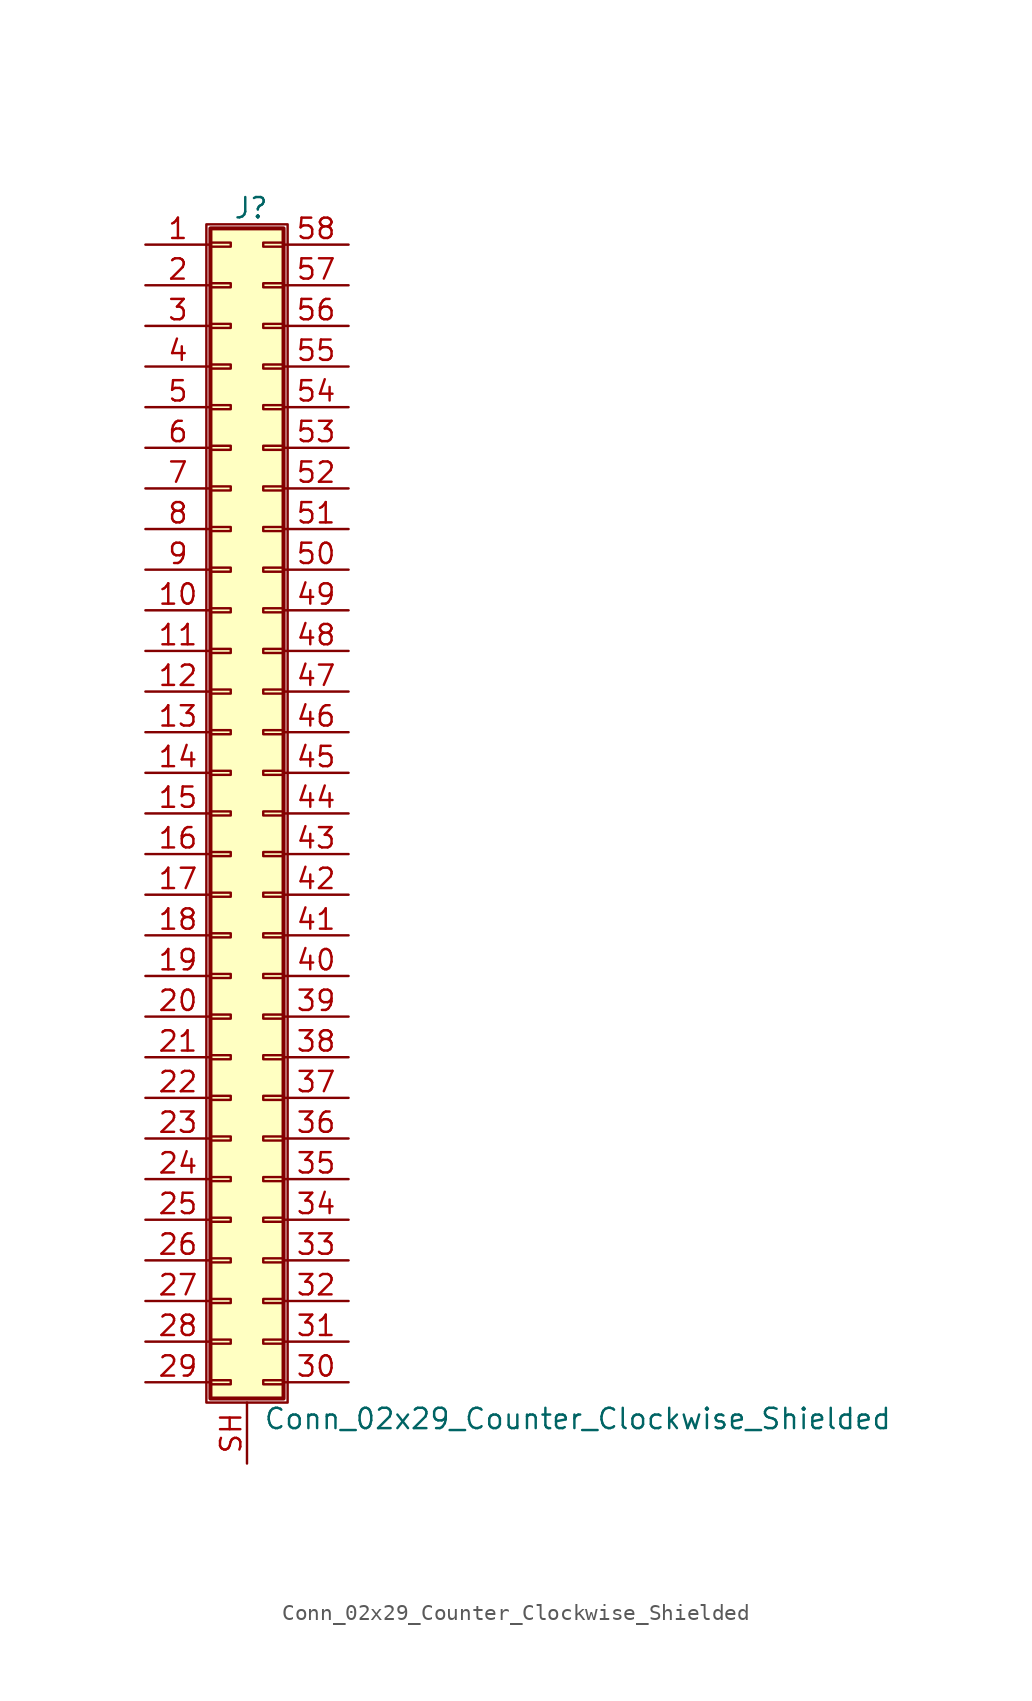
<source format=kicad_sym>
(kicad_symbol_lib
  (version 20211014)
  (generator kicad_symbol_editor)
  (symbol "Conn_02x29_Counter_Clockwise_Shielded"
    (pin_names
      (offset 1.016) hide)
    (property "Reference" "J"
      (at 1.524 37.846 0)
      (effects (font (size 1.27 1.27))))
    (property "Value" "Conn_02x29_Counter_Clockwise_Shielded"
      (at 2.286 -37.846 0)
      (effects (font (size 1.27 1.27)) (justify left)))
    (symbol "Conn_02x29_Counter_Clockwise_Shielded_1_1"
      (rectangle (start -1.27 36.83) (end 3.81 -36.83) (stroke (width 0.152) (type default) (color 0 0 0 0)) (fill (type none)))
      (rectangle (start -1.016 -35.433) (end 0.254 -35.687) (stroke (width 0.152) (type default) (color 0 0 0 0)) (fill (type none)))
      (rectangle (start -1.016 -32.893) (end 0.254 -33.147) (stroke (width 0.152) (type default) (color 0 0 0 0)) (fill (type none)))
      (rectangle (start -1.016 -30.353) (end 0.254 -30.607) (stroke (width 0.152) (type default) (color 0 0 0 0)) (fill (type none)))
      (rectangle (start -1.016 -27.813) (end 0.254 -28.067) (stroke (width 0.152) (type default) (color 0 0 0 0)) (fill (type none)))
      (rectangle (start -1.016 -25.273) (end 0.254 -25.527) (stroke (width 0.152) (type default) (color 0 0 0 0)) (fill (type none)))
      (rectangle (start -1.016 -22.733) (end 0.254 -22.987) (stroke (width 0.152) (type default) (color 0 0 0 0)) (fill (type none)))
      (rectangle (start -1.016 -20.193) (end 0.254 -20.447) (stroke (width 0.152) (type default) (color 0 0 0 0)) (fill (type none)))
      (rectangle (start -1.016 -17.653) (end 0.254 -17.907) (stroke (width 0.152) (type default) (color 0 0 0 0)) (fill (type none)))
      (rectangle (start -1.016 -15.113) (end 0.254 -15.367) (stroke (width 0.152) (type default) (color 0 0 0 0)) (fill (type none)))
      (rectangle (start -1.016 -12.573) (end 0.254 -12.827) (stroke (width 0.152) (type default) (color 0 0 0 0)) (fill (type none)))
      (rectangle (start -1.016 -10.033) (end 0.254 -10.287) (stroke (width 0.152) (type default) (color 0 0 0 0)) (fill (type none)))
      (rectangle (start -1.016 -7.493) (end 0.254 -7.747) (stroke (width 0.152) (type default) (color 0 0 0 0)) (fill (type none)))
      (rectangle (start -1.016 -4.953) (end 0.254 -5.207) (stroke (width 0.152) (type default) (color 0 0 0 0)) (fill (type none)))
      (rectangle (start -1.016 -2.413) (end 0.254 -2.667) (stroke (width 0.152) (type default) (color 0 0 0 0)) (fill (type none)))
      (rectangle (start -1.016 0.127) (end 0.254 -0.127) (stroke (width 0.152) (type default) (color 0 0 0 0)) (fill (type none)))
      (rectangle (start -1.016 2.667) (end 0.254 2.413) (stroke (width 0.152) (type default) (color 0 0 0 0)) (fill (type none)))
      (rectangle (start -1.016 5.207) (end 0.254 4.953) (stroke (width 0.152) (type default) (color 0 0 0 0)) (fill (type none)))
      (rectangle (start -1.016 7.747) (end 0.254 7.493) (stroke (width 0.152) (type default) (color 0 0 0 0)) (fill (type none)))
      (rectangle (start -1.016 10.287) (end 0.254 10.033) (stroke (width 0.152) (type default) (color 0 0 0 0)) (fill (type none)))
      (rectangle (start -1.016 12.827) (end 0.254 12.573) (stroke (width 0.152) (type default) (color 0 0 0 0)) (fill (type none)))
      (rectangle (start -1.016 15.367) (end 0.254 15.113) (stroke (width 0.152) (type default) (color 0 0 0 0)) (fill (type none)))
      (rectangle (start -1.016 17.907) (end 0.254 17.653) (stroke (width 0.152) (type default) (color 0 0 0 0)) (fill (type none)))
      (rectangle (start -1.016 20.447) (end 0.254 20.193) (stroke (width 0.152) (type default) (color 0 0 0 0)) (fill (type none)))
      (rectangle (start -1.016 22.987) (end 0.254 22.733) (stroke (width 0.152) (type default) (color 0 0 0 0)) (fill (type none)))
      (rectangle (start -1.016 25.527) (end 0.254 25.273) (stroke (width 0.152) (type default) (color 0 0 0 0)) (fill (type none)))
      (rectangle (start -1.016 28.067) (end 0.254 27.813) (stroke (width 0.152) (type default) (color 0 0 0 0)) (fill (type none)))
      (rectangle (start -1.016 30.607) (end 0.254 30.353) (stroke (width 0.152) (type default) (color 0 0 0 0)) (fill (type none)))
      (rectangle (start -1.016 33.147) (end 0.254 32.893) (stroke (width 0.152) (type default) (color 0 0 0 0)) (fill (type none)))
      (rectangle (start -1.016 35.687) (end 0.254 35.433) (stroke (width 0.152) (type default) (color 0 0 0 0)) (fill (type none)))
      (rectangle (start -1.016 36.576) (end 3.556 -36.576) (stroke (width 0.254) (type default) (color 0 0 0 0)) (fill (type background)))
      (rectangle (start 3.556 -35.433) (end 2.286 -35.687) (stroke (width 0.152) (type default) (color 0 0 0 0)) (fill (type none)))
      (rectangle (start 3.556 -32.893) (end 2.286 -33.147) (stroke (width 0.152) (type default) (color 0 0 0 0)) (fill (type none)))
      (rectangle (start 3.556 -30.353) (end 2.286 -30.607) (stroke (width 0.152) (type default) (color 0 0 0 0)) (fill (type none)))
      (rectangle (start 3.556 -27.813) (end 2.286 -28.067) (stroke (width 0.152) (type default) (color 0 0 0 0)) (fill (type none)))
      (rectangle (start 3.556 -25.273) (end 2.286 -25.527) (stroke (width 0.152) (type default) (color 0 0 0 0)) (fill (type none)))
      (rectangle (start 3.556 -22.733) (end 2.286 -22.987) (stroke (width 0.152) (type default) (color 0 0 0 0)) (fill (type none)))
      (rectangle (start 3.556 -20.193) (end 2.286 -20.447) (stroke (width 0.152) (type default) (color 0 0 0 0)) (fill (type none)))
      (rectangle (start 3.556 -17.653) (end 2.286 -17.907) (stroke (width 0.152) (type default) (color 0 0 0 0)) (fill (type none)))
      (rectangle (start 3.556 -15.113) (end 2.286 -15.367) (stroke (width 0.152) (type default) (color 0 0 0 0)) (fill (type none)))
      (rectangle (start 3.556 -12.573) (end 2.286 -12.827) (stroke (width 0.152) (type default) (color 0 0 0 0)) (fill (type none)))
      (rectangle (start 3.556 -10.033) (end 2.286 -10.287) (stroke (width 0.152) (type default) (color 0 0 0 0)) (fill (type none)))
      (rectangle (start 3.556 -7.493) (end 2.286 -7.747) (stroke (width 0.152) (type default) (color 0 0 0 0)) (fill (type none)))
      (rectangle (start 3.556 -4.953) (end 2.286 -5.207) (stroke (width 0.152) (type default) (color 0 0 0 0)) (fill (type none)))
      (rectangle (start 3.556 -2.413) (end 2.286 -2.667) (stroke (width 0.152) (type default) (color 0 0 0 0)) (fill (type none)))
      (rectangle (start 3.556 0.127) (end 2.286 -0.127) (stroke (width 0.152) (type default) (color 0 0 0 0)) (fill (type none)))
      (rectangle (start 3.556 2.667) (end 2.286 2.413) (stroke (width 0.152) (type default) (color 0 0 0 0)) (fill (type none)))
      (rectangle (start 3.556 5.207) (end 2.286 4.953) (stroke (width 0.152) (type default) (color 0 0 0 0)) (fill (type none)))
      (rectangle (start 3.556 7.747) (end 2.286 7.493) (stroke (width 0.152) (type default) (color 0 0 0 0)) (fill (type none)))
      (rectangle (start 3.556 10.287) (end 2.286 10.033) (stroke (width 0.152) (type default) (color 0 0 0 0)) (fill (type none)))
      (rectangle (start 3.556 12.827) (end 2.286 12.573) (stroke (width 0.152) (type default) (color 0 0 0 0)) (fill (type none)))
      (rectangle (start 3.556 15.367) (end 2.286 15.113) (stroke (width 0.152) (type default) (color 0 0 0 0)) (fill (type none)))
      (rectangle (start 3.556 17.907) (end 2.286 17.653) (stroke (width 0.152) (type default) (color 0 0 0 0)) (fill (type none)))
      (rectangle (start 3.556 20.447) (end 2.286 20.193) (stroke (width 0.152) (type default) (color 0 0 0 0)) (fill (type none)))
      (rectangle (start 3.556 22.987) (end 2.286 22.733) (stroke (width 0.152) (type default) (color 0 0 0 0)) (fill (type none)))
      (rectangle (start 3.556 25.527) (end 2.286 25.273) (stroke (width 0.152) (type default) (color 0 0 0 0)) (fill (type none)))
      (rectangle (start 3.556 28.067) (end 2.286 27.813) (stroke (width 0.152) (type default) (color 0 0 0 0)) (fill (type none)))
      (rectangle (start 3.556 30.607) (end 2.286 30.353) (stroke (width 0.152) (type default) (color 0 0 0 0)) (fill (type none)))
      (rectangle (start 3.556 33.147) (end 2.286 32.893) (stroke (width 0.152) (type default) (color 0 0 0 0)) (fill (type none)))
      (rectangle (start 3.556 35.687) (end 2.286 35.433) (stroke (width 0.152) (type default) (color 0 0 0 0)) (fill (type none)))
      (pin passive line (at -5.08 35.56 0) (length 4.064) (name "Pin_1" (effects (font (size 1.27 1.27)))) (number "1" (effects (font (size 1.27 1.27)))))
      (pin passive line (at -5.08 12.7 0) (length 4.064) (name "Pin_10" (effects (font (size 1.27 1.27)))) (number "10" (effects (font (size 1.27 1.27)))))
      (pin passive line (at -5.08 10.16 0) (length 4.064) (name "Pin_11" (effects (font (size 1.27 1.27)))) (number "11" (effects (font (size 1.27 1.27)))))
      (pin passive line (at -5.08 7.62 0) (length 4.064) (name "Pin_12" (effects (font (size 1.27 1.27)))) (number "12" (effects (font (size 1.27 1.27)))))
      (pin passive line (at -5.08 5.08 0) (length 4.064) (name "Pin_13" (effects (font (size 1.27 1.27)))) (number "13" (effects (font (size 1.27 1.27)))))
      (pin passive line (at -5.08 2.54 0) (length 4.064) (name "Pin_14" (effects (font (size 1.27 1.27)))) (number "14" (effects (font (size 1.27 1.27)))))
      (pin passive line (at -5.08 0 0) (length 4.064) (name "Pin_15" (effects (font (size 1.27 1.27)))) (number "15" (effects (font (size 1.27 1.27)))))
      (pin passive line (at -5.08 -2.54 0) (length 4.064) (name "Pin_16" (effects (font (size 1.27 1.27)))) (number "16" (effects (font (size 1.27 1.27)))))
      (pin passive line (at -5.08 -5.08 0) (length 4.064) (name "Pin_17" (effects (font (size 1.27 1.27)))) (number "17" (effects (font (size 1.27 1.27)))))
      (pin passive line (at -5.08 -7.62 0) (length 4.064) (name "Pin_18" (effects (font (size 1.27 1.27)))) (number "18" (effects (font (size 1.27 1.27)))))
      (pin passive line (at -5.08 -10.16 0) (length 4.064) (name "Pin_19" (effects (font (size 1.27 1.27)))) (number "19" (effects (font (size 1.27 1.27)))))
      (pin passive line (at -5.08 33.02 0) (length 4.064) (name "Pin_2" (effects (font (size 1.27 1.27)))) (number "2" (effects (font (size 1.27 1.27)))))
      (pin passive line (at -5.08 -12.7 0) (length 4.064) (name "Pin_20" (effects (font (size 1.27 1.27)))) (number "20" (effects (font (size 1.27 1.27)))))
      (pin passive line (at -5.08 -15.24 0) (length 4.064) (name "Pin_21" (effects (font (size 1.27 1.27)))) (number "21" (effects (font (size 1.27 1.27)))))
      (pin passive line (at -5.08 -17.78 0) (length 4.064) (name "Pin_22" (effects (font (size 1.27 1.27)))) (number "22" (effects (font (size 1.27 1.27)))))
      (pin passive line (at -5.08 -20.32 0) (length 4.064) (name "Pin_23" (effects (font (size 1.27 1.27)))) (number "23" (effects (font (size 1.27 1.27)))))
      (pin passive line (at -5.08 -22.86 0) (length 4.064) (name "Pin_24" (effects (font (size 1.27 1.27)))) (number "24" (effects (font (size 1.27 1.27)))))
      (pin passive line (at -5.08 -25.4 0) (length 4.064) (name "Pin_25" (effects (font (size 1.27 1.27)))) (number "25" (effects (font (size 1.27 1.27)))))
      (pin passive line (at -5.08 -27.94 0) (length 4.064) (name "Pin_26" (effects (font (size 1.27 1.27)))) (number "26" (effects (font (size 1.27 1.27)))))
      (pin passive line (at -5.08 -30.48 0) (length 4.064) (name "Pin_27" (effects (font (size 1.27 1.27)))) (number "27" (effects (font (size 1.27 1.27)))))
      (pin passive line (at -5.08 -33.02 0) (length 4.064) (name "Pin_28" (effects (font (size 1.27 1.27)))) (number "28" (effects (font (size 1.27 1.27)))))
      (pin passive line (at -5.08 -35.56 0) (length 4.064) (name "Pin_29" (effects (font (size 1.27 1.27)))) (number "29" (effects (font (size 1.27 1.27)))))
      (pin passive line (at -5.08 30.48 0) (length 4.064) (name "Pin_3" (effects (font (size 1.27 1.27)))) (number "3" (effects (font (size 1.27 1.27)))))
      (pin passive line (at 7.62 -35.56 180) (length 4.064) (name "Pin_30" (effects (font (size 1.27 1.27)))) (number "30" (effects (font (size 1.27 1.27)))))
      (pin passive line (at 7.62 -33.02 180) (length 4.064) (name "Pin_31" (effects (font (size 1.27 1.27)))) (number "31" (effects (font (size 1.27 1.27)))))
      (pin passive line (at 7.62 -30.48 180) (length 4.064) (name "Pin_32" (effects (font (size 1.27 1.27)))) (number "32" (effects (font (size 1.27 1.27)))))
      (pin passive line (at 7.62 -27.94 180) (length 4.064) (name "Pin_33" (effects (font (size 1.27 1.27)))) (number "33" (effects (font (size 1.27 1.27)))))
      (pin passive line (at 7.62 -25.4 180) (length 4.064) (name "Pin_34" (effects (font (size 1.27 1.27)))) (number "34" (effects (font (size 1.27 1.27)))))
      (pin passive line (at 7.62 -22.86 180) (length 4.064) (name "Pin_35" (effects (font (size 1.27 1.27)))) (number "35" (effects (font (size 1.27 1.27)))))
      (pin passive line (at 7.62 -20.32 180) (length 4.064) (name "Pin_36" (effects (font (size 1.27 1.27)))) (number "36" (effects (font (size 1.27 1.27)))))
      (pin passive line (at 7.62 -17.78 180) (length 4.064) (name "Pin_37" (effects (font (size 1.27 1.27)))) (number "37" (effects (font (size 1.27 1.27)))))
      (pin passive line (at 7.62 -15.24 180) (length 4.064) (name "Pin_38" (effects (font (size 1.27 1.27)))) (number "38" (effects (font (size 1.27 1.27)))))
      (pin passive line (at 7.62 -12.7 180) (length 4.064) (name "Pin_39" (effects (font (size 1.27 1.27)))) (number "39" (effects (font (size 1.27 1.27)))))
      (pin passive line (at -5.08 27.94 0) (length 4.064) (name "Pin_4" (effects (font (size 1.27 1.27)))) (number "4" (effects (font (size 1.27 1.27)))))
      (pin passive line (at 7.62 -10.16 180) (length 4.064) (name "Pin_40" (effects (font (size 1.27 1.27)))) (number "40" (effects (font (size 1.27 1.27)))))
      (pin passive line (at 7.62 -7.62 180) (length 4.064) (name "Pin_41" (effects (font (size 1.27 1.27)))) (number "41" (effects (font (size 1.27 1.27)))))
      (pin passive line (at 7.62 -5.08 180) (length 4.064) (name "Pin_42" (effects (font (size 1.27 1.27)))) (number "42" (effects (font (size 1.27 1.27)))))
      (pin passive line (at 7.62 -2.54 180) (length 4.064) (name "Pin_43" (effects (font (size 1.27 1.27)))) (number "43" (effects (font (size 1.27 1.27)))))
      (pin passive line (at 7.62 0 180) (length 4.064) (name "Pin_44" (effects (font (size 1.27 1.27)))) (number "44" (effects (font (size 1.27 1.27)))))
      (pin passive line (at 7.62 2.54 180) (length 4.064) (name "Pin_45" (effects (font (size 1.27 1.27)))) (number "45" (effects (font (size 1.27 1.27)))))
      (pin passive line (at 7.62 5.08 180) (length 4.064) (name "Pin_46" (effects (font (size 1.27 1.27)))) (number "46" (effects (font (size 1.27 1.27)))))
      (pin passive line (at 7.62 7.62 180) (length 4.064) (name "Pin_47" (effects (font (size 1.27 1.27)))) (number "47" (effects (font (size 1.27 1.27)))))
      (pin passive line (at 7.62 10.16 180) (length 4.064) (name "Pin_48" (effects (font (size 1.27 1.27)))) (number "48" (effects (font (size 1.27 1.27)))))
      (pin passive line (at 7.62 12.7 180) (length 4.064) (name "Pin_49" (effects (font (size 1.27 1.27)))) (number "49" (effects (font (size 1.27 1.27)))))
      (pin passive line (at -5.08 25.4 0) (length 4.064) (name "Pin_5" (effects (font (size 1.27 1.27)))) (number "5" (effects (font (size 1.27 1.27)))))
      (pin passive line (at 7.62 15.24 180) (length 4.064) (name "Pin_50" (effects (font (size 1.27 1.27)))) (number "50" (effects (font (size 1.27 1.27)))))
      (pin passive line (at 7.62 17.78 180) (length 4.064) (name "Pin_51" (effects (font (size 1.27 1.27)))) (number "51" (effects (font (size 1.27 1.27)))))
      (pin passive line (at 7.62 20.32 180) (length 4.064) (name "Pin_52" (effects (font (size 1.27 1.27)))) (number "52" (effects (font (size 1.27 1.27)))))
      (pin passive line (at 7.62 22.86 180) (length 4.064) (name "Pin_53" (effects (font (size 1.27 1.27)))) (number "53" (effects (font (size 1.27 1.27)))))
      (pin passive line (at 7.62 25.4 180) (length 4.064) (name "Pin_54" (effects (font (size 1.27 1.27)))) (number "54" (effects (font (size 1.27 1.27)))))
      (pin passive line (at 7.62 27.94 180) (length 4.064) (name "Pin_55" (effects (font (size 1.27 1.27)))) (number "55" (effects (font (size 1.27 1.27)))))
      (pin passive line (at 7.62 30.48 180) (length 4.064) (name "Pin_56" (effects (font (size 1.27 1.27)))) (number "56" (effects (font (size 1.27 1.27)))))
      (pin passive line (at 7.62 33.02 180) (length 4.064) (name "Pin_57" (effects (font (size 1.27 1.27)))) (number "57" (effects (font (size 1.27 1.27)))))
      (pin passive line (at 7.62 35.56 180) (length 4.064) (name "Pin_58" (effects (font (size 1.27 1.27)))) (number "58" (effects (font (size 1.27 1.27)))))
      (pin passive line (at -5.08 22.86 0) (length 4.064) (name "Pin_6" (effects (font (size 1.27 1.27)))) (number "6" (effects (font (size 1.27 1.27)))))
      (pin passive line (at -5.08 20.32 0) (length 4.064) (name "Pin_7" (effects (font (size 1.27 1.27)))) (number "7" (effects (font (size 1.27 1.27)))))
      (pin passive line (at -5.08 17.78 0) (length 4.064) (name "Pin_8" (effects (font (size 1.27 1.27)))) (number "8" (effects (font (size 1.27 1.27)))))
      (pin passive line (at -5.08 15.24 0) (length 4.064) (name "Pin_9" (effects (font (size 1.27 1.27)))) (number "9" (effects (font (size 1.27 1.27)))))
      (pin passive line (at 1.27 -40.64 90) (length 3.81) (name "Shield" (effects (font (size 1.27 1.27)))) (number "SH" (effects (font (size 1.27 1.27))))))))
</source>
